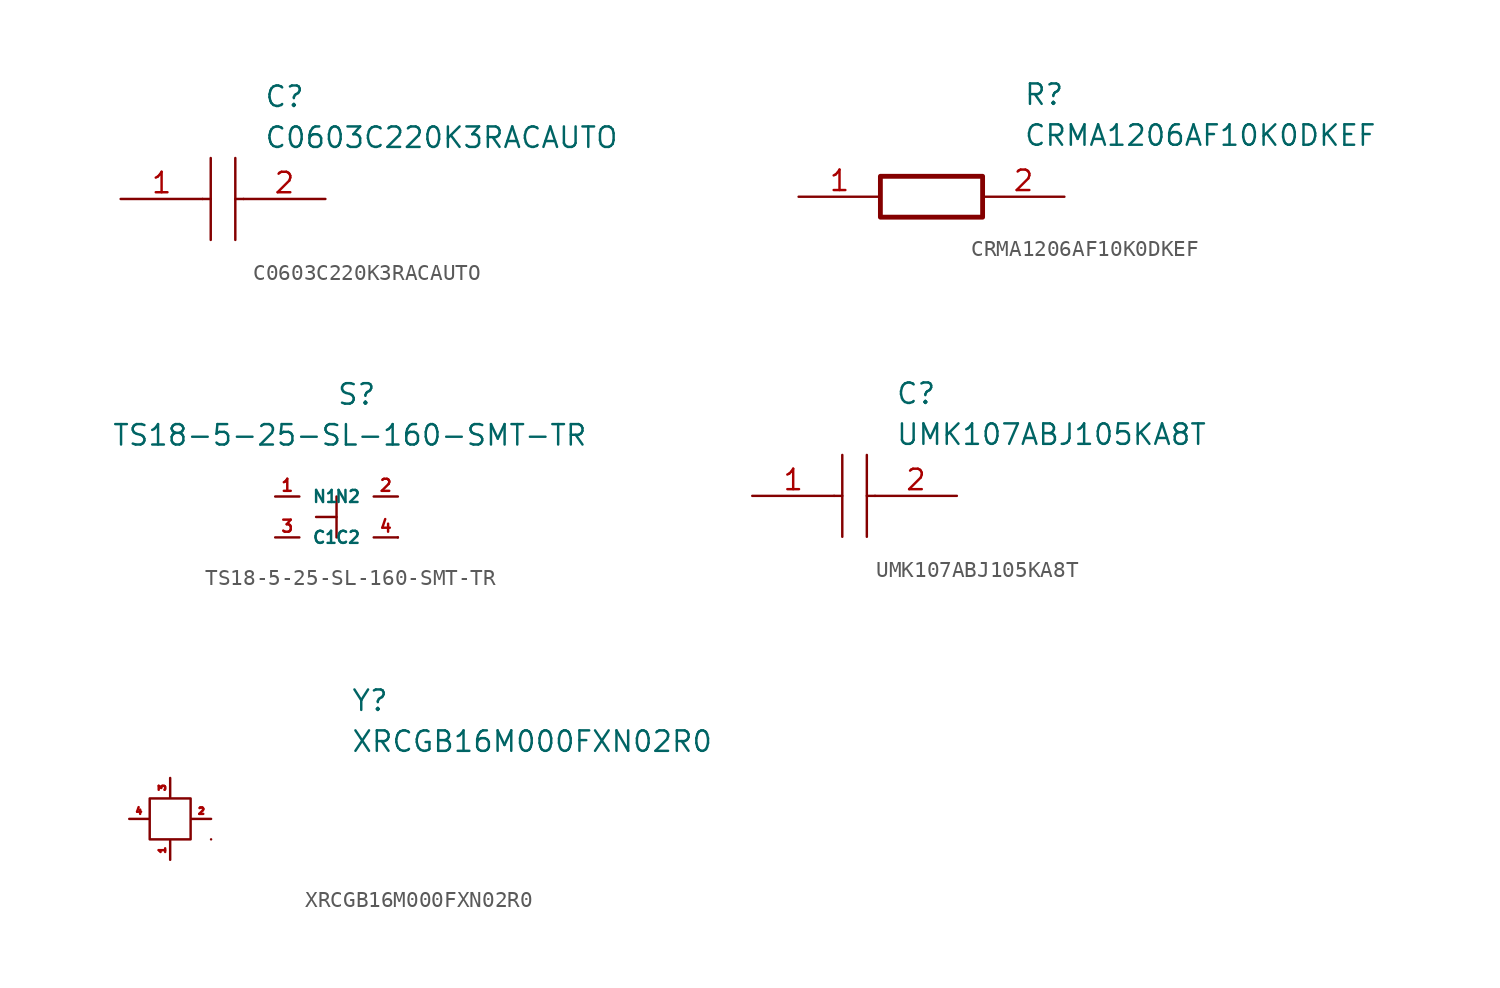
<source format=kicad_sym>
(kicad_symbol_lib
  (version 20211014)
  (generator kicad_symbol_editor)
  (symbol "C0603C220K3RACAUTO"
    (pin_names
      (offset 0.762))
    (property "Reference" "C"
      (at 8.89 6.35 0)
      (effects (font (size 1.27 1.27)) (justify left)))
    (property "Value" "C0603C220K3RACAUTO"
      (at 8.89 3.81 0)
      (effects (font (size 1.27 1.27)) (justify left)))
    (symbol "C0603C220K3RACAUTO_0_0"
      (pin passive line (at 0 0 0) (length 5.08) (name "~" (effects (font (size 1.27 1.27)))) (number "1" (effects (font (size 1.27 1.27)))))
      (pin passive line (at 12.7 0 180) (length 5.08) (name "~" (effects (font (size 1.27 1.27)))) (number "2" (effects (font (size 1.27 1.27))))))
    (symbol "C0603C220K3RACAUTO_0_1"
      (polyline (pts (xy 5.08 0) (xy 5.588 0)) (stroke (width 0.152) (type default) (color 0 0 0 0)) (fill (type none)))
      (polyline (pts (xy 5.588 2.54) (xy 5.588 -2.54)) (stroke (width 0.152) (type default) (color 0 0 0 0)) (fill (type none)))
      (polyline (pts (xy 7.112 0) (xy 7.62 0)) (stroke (width 0.152) (type default) (color 0 0 0 0)) (fill (type none)))
      (polyline (pts (xy 7.112 2.54) (xy 7.112 -2.54)) (stroke (width 0.152) (type default) (color 0 0 0 0)) (fill (type none)))))
  (symbol "CRMA1206AF10K0DKEF"
    (pin_names
      (offset 0.762))
    (property "Reference" "R"
      (at 13.97 6.35 0)
      (effects (font (size 1.27 1.27)) (justify left)))
    (property "Value" "CRMA1206AF10K0DKEF"
      (at 13.97 3.81 0)
      (effects (font (size 1.27 1.27)) (justify left)))
    (symbol "CRMA1206AF10K0DKEF_0_0"
      (pin passive line (at 0 0 0) (length 5.08) (name "~" (effects (font (size 1.27 1.27)))) (number "1" (effects (font (size 1.27 1.27)))))
      (pin passive line (at 16.51 0 180) (length 5.08) (name "~" (effects (font (size 1.27 1.27)))) (number "2" (effects (font (size 1.27 1.27))))))
    (symbol "CRMA1206AF10K0DKEF_0_1"
      (polyline (pts (xy 5.08 1.27) (xy 11.43 1.27) (xy 11.43 -1.27) (xy 5.08 -1.27) (xy 5.08 1.27)) (stroke (width 0.3) (type default) (color 0 0 0 0)) (fill (type none)))))
  (symbol "TS18-5-25-SL-160-SMT-TR"
    (pin_names
      (offset 0.762))
    (property "Reference" "S"
      (at 3.81 5.08 0)
      (effects (font (size 1.27 1.27)) (justify left)))
    (property "Value" "TS18-5-25-SL-160-SMT-TR"
      (at -10.16 2.54 0)
      (effects (font (size 1.27 1.27)) (justify left)))
    (symbol "TS18-5-25-SL-160-SMT-TR_0_0"
      (pin passive line (at 0 -1.27 0) (length 1.5) (name "N1" (effects (font (size 0.75 0.75)))) (number "1" (effects (font (size 0.75 0.75)))))
      (pin passive line (at 7.62 -1.27 180) (length 1.5) (name "N2" (effects (font (size 0.75 0.75)))) (number "2" (effects (font (size 0.75 0.75)))))
      (pin passive line (at 0 -3.81 0) (length 1.5) (name "C1" (effects (font (size 0.75 0.75)))) (number "3" (effects (font (size 0.75 0.75)))))
      (pin passive line (at 7.62 -3.81 180) (length 1.5) (name "C2" (effects (font (size 0.75 0.75)))) (number "4" (effects (font (size 0.75 0.75))))))
    (symbol "TS18-5-25-SL-160-SMT-TR_0_1"
      (polyline (pts (xy 3.81 -2.54) (xy 2.54 -2.54)) (stroke (width 0) (type default) (color 0 0 0 0)) (fill (type none)))
      (polyline (pts (xy 3.81 -1.27) (xy 3.81 -3.81)) (stroke (width 0) (type default) (color 0 0 0 0)) (fill (type none)))
      (polyline (pts (xy 7.62 -3.81) (xy 7.62 -3.81)) (stroke (width 0) (type default) (color 0 0 0 0)) (fill (type none)))))
  (symbol "UMK107ABJ105KA8T"
    (pin_names
      (offset 0.762))
    (property "Reference" "C"
      (at 8.89 6.35 0)
      (effects (font (size 1.27 1.27)) (justify left)))
    (property "Value" "UMK107ABJ105KA8T"
      (at 8.89 3.81 0)
      (effects (font (size 1.27 1.27)) (justify left)))
    (symbol "UMK107ABJ105KA8T_0_0"
      (pin passive line (at 0 0 0) (length 5.08) (name "~" (effects (font (size 1.27 1.27)))) (number "1" (effects (font (size 1.27 1.27)))))
      (pin passive line (at 12.7 0 180) (length 5.08) (name "~" (effects (font (size 1.27 1.27)))) (number "2" (effects (font (size 1.27 1.27))))))
    (symbol "UMK107ABJ105KA8T_0_1"
      (polyline (pts (xy 5.08 0) (xy 5.588 0)) (stroke (width 0.152) (type default) (color 0 0 0 0)) (fill (type none)))
      (polyline (pts (xy 5.588 2.54) (xy 5.588 -2.54)) (stroke (width 0.152) (type default) (color 0 0 0 0)) (fill (type none)))
      (polyline (pts (xy 7.112 0) (xy 7.62 0)) (stroke (width 0.152) (type default) (color 0 0 0 0)) (fill (type none)))
      (polyline (pts (xy 7.112 2.54) (xy 7.112 -2.54)) (stroke (width 0.152) (type default) (color 0 0 0 0)) (fill (type none)))))
  (symbol "XRCGB16M000FXN02R0"
    (pin_names
      (offset 0.762))
    (property "Reference" "Y"
      (at 11.219 7.346 0)
      (effects (font (size 1.27 1.27)) (justify left)))
    (property "Value" "XRCGB16M000FXN02R0"
      (at 11.219 4.806 0)
      (effects (font (size 1.27 1.27)) (justify left)))
    (symbol "XRCGB16M000FXN02R0_0_0"
      (pin passive line (at 0 -2.54 90) (length 1.2) (name "" (effects (font (size 1 1)))) (number "1" (effects (font (size 0.4 0.4)))))
      (pin passive line (at 2.54 0 180) (length 1.2) (name "" (effects (font (size 0.4 0.4)))) (number "2" (effects (font (size 0.4 0.4)))))
      (pin passive line (at 0 2.54 270) (length 1.2) (name "" (effects (font (size 1 1)))) (number "3" (effects (font (size 0.4 0.4)))))
      (pin passive line (at -2.54 0 0) (length 1.2) (name "" (effects (font (size 0.4 0.4)))) (number "4" (effects (font (size 0.4 0.4))))))
    (symbol "XRCGB16M000FXN02R0_0_1"
      (rectangle (start -1.27 1.27) (end 1.27 -1.27) (stroke (width 0) (type default) (color 0 0 0 0)) (fill (type none)))
      (rectangle (start 2.54 -1.27) (end 2.54 -1.27) (stroke (width 0) (type default) (color 0 0 0 0)) (fill (type none))))))
</source>
